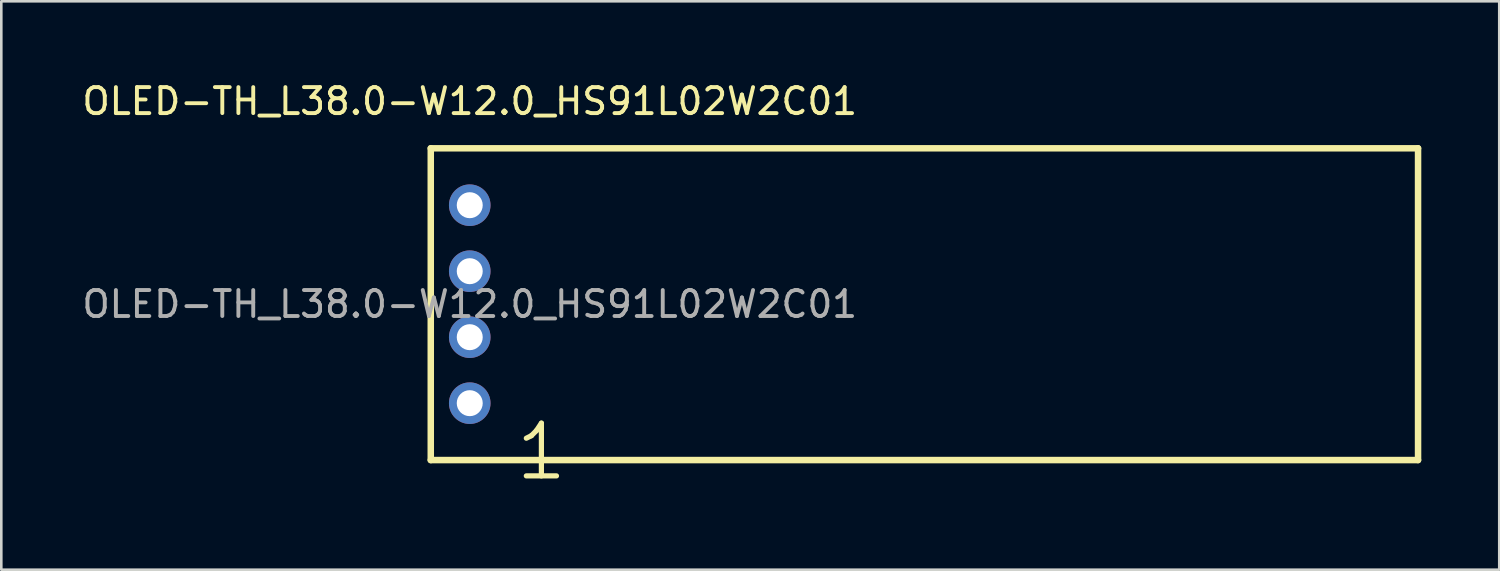
<source format=kicad_pcb>
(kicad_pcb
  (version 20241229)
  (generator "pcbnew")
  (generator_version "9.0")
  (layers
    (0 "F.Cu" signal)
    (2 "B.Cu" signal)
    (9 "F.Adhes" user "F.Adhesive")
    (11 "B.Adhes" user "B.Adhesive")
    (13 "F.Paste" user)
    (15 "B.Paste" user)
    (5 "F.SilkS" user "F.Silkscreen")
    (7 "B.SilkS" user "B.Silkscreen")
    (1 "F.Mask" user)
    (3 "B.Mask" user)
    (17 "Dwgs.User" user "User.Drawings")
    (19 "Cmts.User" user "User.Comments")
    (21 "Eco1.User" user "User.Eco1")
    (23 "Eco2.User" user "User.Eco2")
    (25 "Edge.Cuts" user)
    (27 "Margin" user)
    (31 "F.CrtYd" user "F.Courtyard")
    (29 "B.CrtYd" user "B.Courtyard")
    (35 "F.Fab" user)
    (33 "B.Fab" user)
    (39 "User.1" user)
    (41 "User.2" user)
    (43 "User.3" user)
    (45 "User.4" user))
  (footprint "OLED-TH_L38.0-W12.0_HS91L02W2C01"
    (layer "F.Cu")
    (at 15.03 8.658)
    (property "Reference" "OLED-TH_L38.0-W12.0_HS91L02W2C01" (at 0 -7.81 0) (layer "F.SilkS") (effects (font (size 1 1) (thickness 0.15))))
    (attr through_hole)
    (fp_line (start -1.5 -6) (end 36.5 -6) (stroke (width 0.25) (type solid)) (layer "F.SilkS"))
    (fp_line (start -1.5 6) (end -1.5 -6) (stroke (width 0.25) (type solid)) (layer "F.SilkS"))
    (fp_line (start 36.5 -6) (end 36.5 6) (stroke (width 0.25) (type solid)) (layer "F.SilkS"))
    (fp_line (start 36.5 6) (end -1.5 6) (stroke (width 0.25) (type solid)) (layer "F.SilkS"))
    (fp_text user "1" (at 1.66 5.68 0) (layer "F.SilkS") (effects (font (size 2.03 2.03) (thickness 0.2)) (justify left)))
    (fp_text user "${REFERENCE}" (at 0 0 0) (layer "F.Fab") (effects (font (size 1 1) (thickness 0.15))))
    (pad "1" thru_hole circle (at 0 3.81) (size 1.6 1.6) (drill 1) (layers "*.Cu" "*.Mask"))
    (pad "2" thru_hole circle (at 0 1.27) (size 1.6 1.6) (drill 1) (layers "*.Cu" "*.Mask"))
    (pad "3" thru_hole circle (at 0 -1.27) (size 1.6 1.6) (drill 1) (layers "*.Cu" "*.Mask"))
    (pad "4" thru_hole circle (at 0 -3.81) (size 1.6 1.6) (drill 1) (layers "*.Cu" "*.Mask")))
  (gr_rect
    (start -3 -3)
    (end 54.655 18.877)
    (stroke (width 0.1) (type default))
    (fill no)
    (layer "Edge.Cuts")))
</source>
